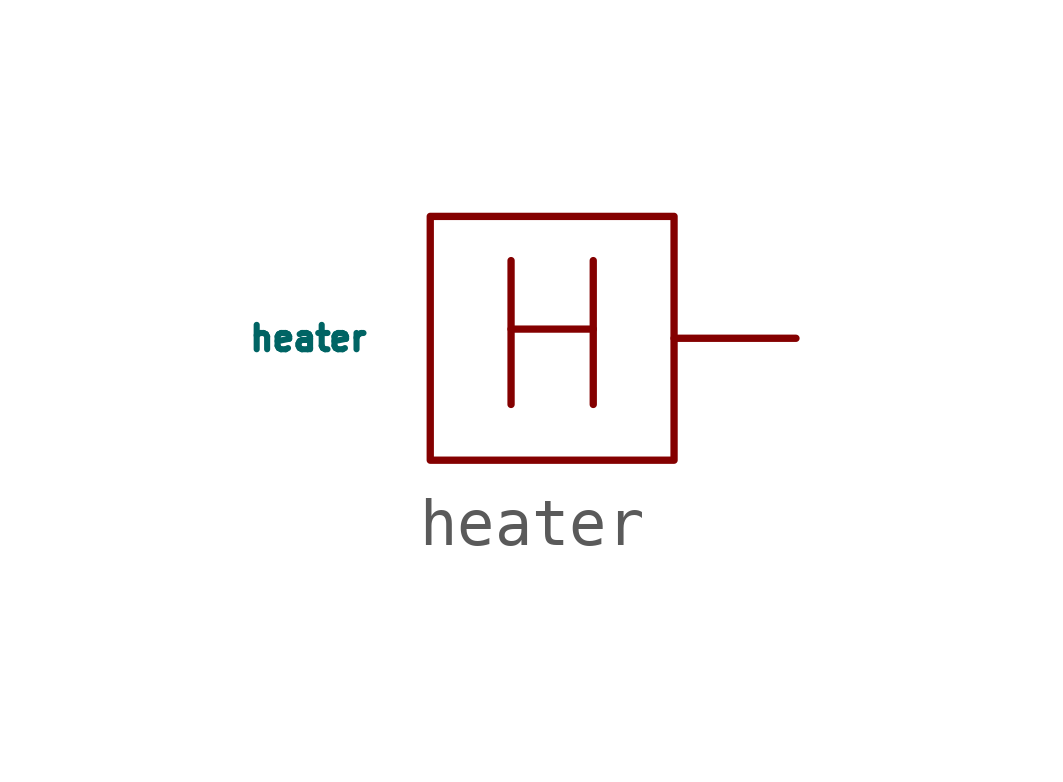
<source format=kicad_sym>
(kicad_symbol_lib
  (version 20211014)
  (generator kicad_symbol_editor)
  (symbol "heater"
    (pin_names
      (offset 1.016))
    (property "Reference" "heater"
      (at -5.08 2.286 0)
      (effects (font (size 0.508 0.508)) hide))
    (property "Value" "heater"
      (at -5.08 0 0)
      (effects (font (size 0.508 0.508))))
    (symbol "heater_0_0"
      (text "H" (at 0 0 0) (effects (font (size 2.997 2.997)))))
    (symbol "heater_0_1"
      (rectangle (start -2.54 2.54) (end 2.54 -2.54) (stroke (width 0) (type default) (color 0 0 0 0)) (fill (type none))))
    (symbol "heater_1_1"
      (pin input line (at 5.08 0 180) (length 2.54) (name "~" (effects (font (size 1.27 1.27)))) (number "~" (effects (font (size 1.27 1.27))))))))
</source>
